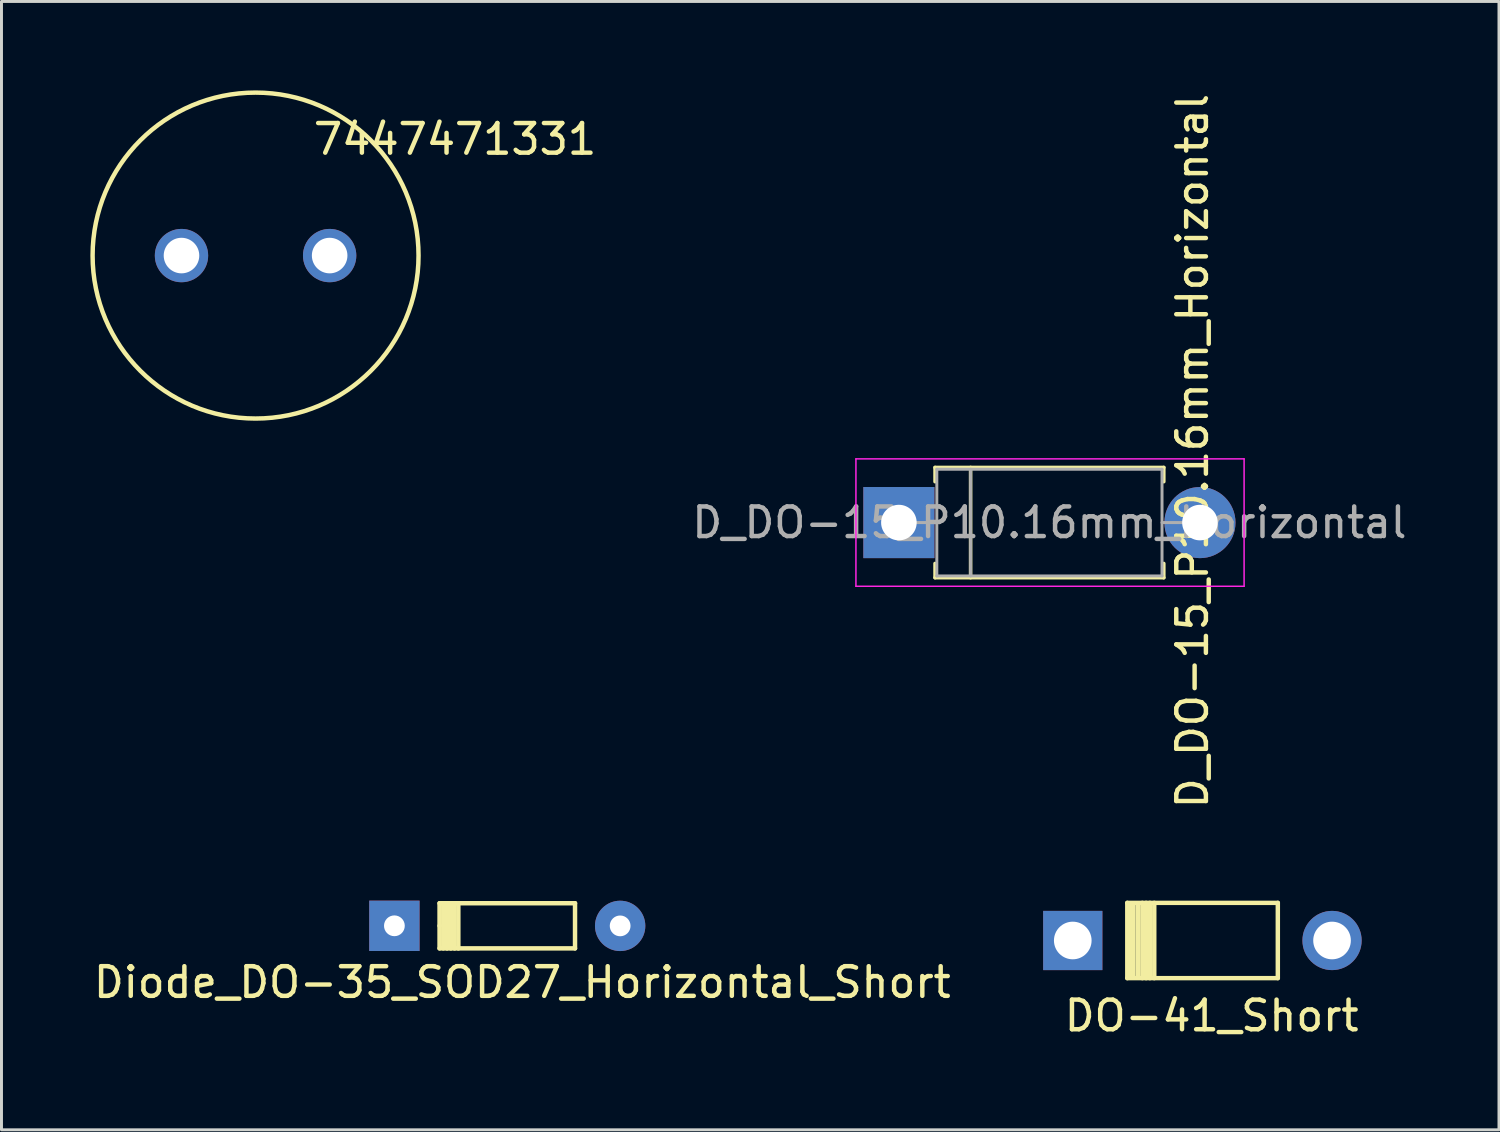
<source format=kicad_pcb>
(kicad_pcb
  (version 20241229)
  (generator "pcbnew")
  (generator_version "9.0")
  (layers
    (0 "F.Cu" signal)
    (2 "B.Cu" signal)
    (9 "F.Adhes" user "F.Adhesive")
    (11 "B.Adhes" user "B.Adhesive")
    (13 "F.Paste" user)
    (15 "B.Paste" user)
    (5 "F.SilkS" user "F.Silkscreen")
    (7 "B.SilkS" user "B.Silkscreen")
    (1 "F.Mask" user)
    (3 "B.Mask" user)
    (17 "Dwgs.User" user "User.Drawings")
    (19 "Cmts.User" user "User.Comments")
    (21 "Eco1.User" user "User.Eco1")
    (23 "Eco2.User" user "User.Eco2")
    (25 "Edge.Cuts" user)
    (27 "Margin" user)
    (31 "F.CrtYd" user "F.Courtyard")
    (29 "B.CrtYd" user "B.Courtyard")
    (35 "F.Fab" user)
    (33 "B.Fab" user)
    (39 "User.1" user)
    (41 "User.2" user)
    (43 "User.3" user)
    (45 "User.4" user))
  (footprint "D_DO-15_P10.16mm_Horizontal"
    (layer "F.Cu")
    (at 27.286 14.586)
    (property "Reference" "D_DO-15_P10.16mm_Horizontal" (at 9.906 -2.413 90) (layer "F.SilkS") (effects (font (size 1 1) (thickness 0.15))))
    (attr through_hole)
    (fp_line (start 1.22 -1.86) (end 8.94 -1.86) (stroke (width 0.12) (type solid)) (layer "F.SilkS"))
    (fp_line (start 1.22 -1.38) (end 1.22 -1.86) (stroke (width 0.12) (type solid)) (layer "F.SilkS"))
    (fp_line (start 1.22 1.38) (end 1.22 1.86) (stroke (width 0.12) (type solid)) (layer "F.SilkS"))
    (fp_line (start 1.22 1.86) (end 8.94 1.86) (stroke (width 0.12) (type solid)) (layer "F.SilkS"))
    (fp_line (start 2.42 -1.86) (end 2.42 1.86) (stroke (width 0.12) (type solid)) (layer "F.SilkS"))
    (fp_line (start 8.94 -1.86) (end 8.94 -1.38) (stroke (width 0.12) (type solid)) (layer "F.SilkS"))
    (fp_line (start 8.94 1.86) (end 8.94 1.38) (stroke (width 0.12) (type solid)) (layer "F.SilkS"))
    (fp_line (start -1.45 -2.15) (end -1.45 2.15) (stroke (width 0.05) (type solid)) (layer "F.CrtYd"))
    (fp_line (start -1.45 2.15) (end 11.65 2.15) (stroke (width 0.05) (type solid)) (layer "F.CrtYd"))
    (fp_line (start 11.65 -2.15) (end -1.45 -2.15) (stroke (width 0.05) (type solid)) (layer "F.CrtYd"))
    (fp_line (start 11.65 2.15) (end 11.65 -2.15) (stroke (width 0.05) (type solid)) (layer "F.CrtYd"))
    (fp_line (start 0 0) (end 1.28 0) (stroke (width 0.1) (type solid)) (layer "F.Fab"))
    (fp_line (start 1.28 -1.8) (end 1.28 1.8) (stroke (width 0.1) (type solid)) (layer "F.Fab"))
    (fp_line (start 1.28 1.8) (end 8.88 1.8) (stroke (width 0.1) (type solid)) (layer "F.Fab"))
    (fp_line (start 2.42 -1.8) (end 2.42 1.8) (stroke (width 0.1) (type solid)) (layer "F.Fab"))
    (fp_line (start 8.88 -1.8) (end 1.28 -1.8) (stroke (width 0.1) (type solid)) (layer "F.Fab"))
    (fp_line (start 8.88 1.8) (end 8.88 -1.8) (stroke (width 0.1) (type solid)) (layer "F.Fab"))
    (fp_line (start 10.16 0) (end 8.88 0) (stroke (width 0.1) (type solid)) (layer "F.Fab"))
    (fp_text user "${REFERENCE}" (at 5.08 0 0) (layer "F.Fab") (effects (font (size 1 1) (thickness 0.15))))
    (pad "1" thru_hole rect (at 0 0) (size 2.4 2.4) (drill 1.2) (layers "*.Cu" "*.Mask"))
    (pad "2" thru_hole oval (at 10.16 0) (size 2.4 2.4) (drill 1.2) (layers "*.Cu" "*.Mask")))
  (footprint "Diode_DO-35_SOD27_Horizontal_Short"
    (layer "F.Cu")
    (at 10.259 28.197)
    (property "Reference" "Diode_DO-35_SOD27_Horizontal_Short" (at 4.318 1.905 0) (layer "F.SilkS") (effects (font (size 1 1) (thickness 0.15))))
    (attr through_hole)
    (fp_line (start 1.525 -0.765) (end 1.525 -0.003) (stroke (width 0.15) (type solid)) (layer "F.SilkS"))
    (fp_line (start 1.525 -0.003) (end 1.525 0.759) (stroke (width 0.15) (type solid)) (layer "F.SilkS"))
    (fp_line (start 1.525 0.759) (end 6.097 0.759) (stroke (width 0.15) (type solid)) (layer "F.SilkS"))
    (fp_line (start 1.651 -0.765) (end 1.651 0.759) (stroke (width 0.15) (type solid)) (layer "F.SilkS"))
    (fp_line (start 1.778 -0.762) (end 1.778 0.762) (stroke (width 0.15) (type solid)) (layer "F.SilkS"))
    (fp_line (start 1.905 -0.762) (end 1.905 0.762) (stroke (width 0.15) (type solid)) (layer "F.SilkS"))
    (fp_line (start 2.032 -0.762) (end 2.032 0.762) (stroke (width 0.15) (type solid)) (layer "F.SilkS"))
    (fp_line (start 2.159 -0.762) (end 2.159 0.762) (stroke (width 0.15) (type solid)) (layer "F.SilkS"))
    (fp_line (start 6.097 -0.765) (end 1.525 -0.765) (stroke (width 0.15) (type solid)) (layer "F.SilkS"))
    (fp_line (start 6.097 0.759) (end 6.097 -0.765) (stroke (width 0.15) (type solid)) (layer "F.SilkS"))
    (pad "1" thru_hole rect (at 0.001 -0.003 180) (size 1.699 1.699) (drill 0.701) (layers "*.Cu" "*.Mask"))
    (pad "2" thru_hole circle (at 7.62 0 180) (size 1.699 1.699) (drill 0.701) (layers "*.Cu" "*.Mask")))
  (footprint "7447471331"
    (layer "F.Cu")
    (at 5.575 5.584)
    (property "Reference" "7447471331" (at 6.731 -3.937 0) (layer "F.SilkS") (effects (font (size 1 1) (thickness 0.15))))
    (attr through_hole)
    (fp_circle (center 0 -0.009) (end 5.5 -0.009) (stroke (width 0.15) (type solid)) (fill no) (layer "F.SilkS"))
    (pad "1" thru_hole circle (at -2.5 -0.009) (size 1.8 1.8) (drill 1.2) (layers "*.Cu" "*.Mask"))
    (pad "2" thru_hole circle (at 2.5 -0.009) (size 1.8 1.8) (drill 1.2) (layers "*.Cu" "*.Mask")))
  (footprint "DO-41_Short"
    (layer "F.Cu")
    (at 32.454 28.693)
    (property "Reference" "DO-41_Short" (at 5.387 2.537 0) (layer "F.SilkS") (effects (font (size 1 1) (thickness 0.15))))
    (attr through_hole)
    (fp_line (start 2.54 -1.273) (end 7.62 -1.273) (stroke (width 0.15) (type solid)) (layer "F.SilkS"))
    (fp_line (start 2.54 1.267) (end 2.54 -1.273) (stroke (width 0.15) (type solid)) (layer "F.SilkS"))
    (fp_line (start 2.65 -1.25) (end 2.65 1.2) (stroke (width 0.15) (type solid)) (layer "F.SilkS"))
    (fp_line (start 2.75 -1.25) (end 2.75 1.2) (stroke (width 0.15) (type solid)) (layer "F.SilkS"))
    (fp_line (start 2.9 -1.25) (end 2.9 1.25) (stroke (width 0.15) (type solid)) (layer "F.SilkS"))
    (fp_line (start 3.048 -1.273) (end 3.048 1.267) (stroke (width 0.15) (type solid)) (layer "F.SilkS"))
    (fp_line (start 3.175 -1.273) (end 3.175 1.267) (stroke (width 0.15) (type solid)) (layer "F.SilkS"))
    (fp_line (start 3.302 -1.273) (end 3.302 1.267) (stroke (width 0.15) (type solid)) (layer "F.SilkS"))
    (fp_line (start 3.45 -1.273) (end 3.45 1.267) (stroke (width 0.15) (type solid)) (layer "F.SilkS"))
    (fp_line (start 7.62 -1.273) (end 7.62 1.267) (stroke (width 0.15) (type solid)) (layer "F.SilkS"))
    (fp_line (start 7.62 1.267) (end 2.54 1.267) (stroke (width 0.15) (type solid)) (layer "F.SilkS"))
    (pad "1" thru_hole rect (at 0.7 -0.003 180) (size 1.999 1.999) (drill 1.27) (layers "*.Cu" "*.Mask"))
    (pad "2" thru_hole circle (at 9.45 -0.003 180) (size 1.999 1.999) (drill 1.27) (layers "*.Cu" "*.Mask")))
  (gr_rect
    (start -3 -3)
    (end 47.538 35.078)
    (stroke (width 0.1) (type default))
    (fill no)
    (layer "Edge.Cuts")))
</source>
